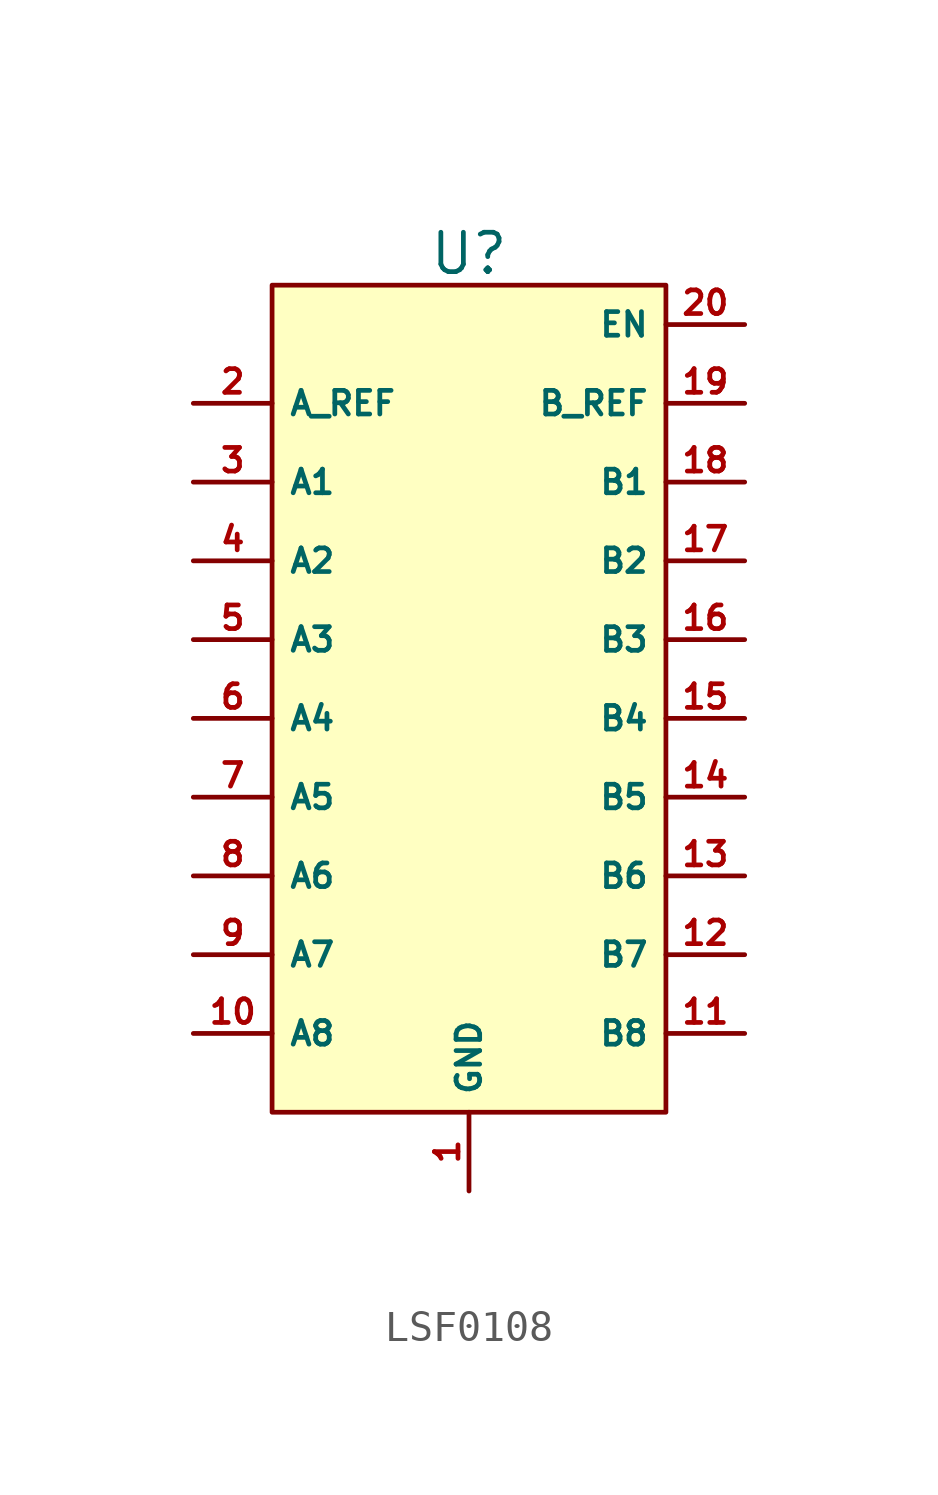
<source format=kicad_sym>
(kicad_symbol_lib
  (version 20231120)
  (generator "kicad_symbol_editor")
  (generator_version "8.0")
  (symbol "LSF0108"
    (property "Reference" "U"
      (at 6.35 1.016 0)
      (effects (font (size 1.27 1.27))))
    (property "Value" ""
      (at 0 0 0)
      (effects (font (size 1.27 1.27))))
    (symbol "LSF0108_1_1"
      (rectangle (start 0 0) (end 12.7 -26.67) (stroke (width 0) (type default)) (fill (type background)))
      (pin input line (at 6.35 -29.21 90) (length 2.54) (name "GND" (effects (font (size 0.762 0.762)))) (number "1" (effects (font (size 0.762 0.762)))))
      (pin bidirectional line (at -2.54 -24.13 0) (length 2.54) (name "A8" (effects (font (size 0.762 0.762)))) (number "10" (effects (font (size 0.762 0.762)))))
      (pin bidirectional line (at 15.24 -24.13 180) (length 2.54) (name "B8" (effects (font (size 0.762 0.762)))) (number "11" (effects (font (size 0.762 0.762)))))
      (pin bidirectional line (at 15.24 -21.59 180) (length 2.54) (name "B7" (effects (font (size 0.762 0.762)))) (number "12" (effects (font (size 0.762 0.762)))))
      (pin bidirectional line (at 15.24 -19.05 180) (length 2.54) (name "B6" (effects (font (size 0.762 0.762)))) (number "13" (effects (font (size 0.762 0.762)))))
      (pin bidirectional line (at 15.24 -16.51 180) (length 2.54) (name "B5" (effects (font (size 0.762 0.762)))) (number "14" (effects (font (size 0.762 0.762)))))
      (pin bidirectional line (at 15.24 -13.97 180) (length 2.54) (name "B4" (effects (font (size 0.762 0.762)))) (number "15" (effects (font (size 0.762 0.762)))))
      (pin bidirectional line (at 15.24 -11.43 180) (length 2.54) (name "B3" (effects (font (size 0.762 0.762)))) (number "16" (effects (font (size 0.762 0.762)))))
      (pin bidirectional line (at 15.24 -8.89 180) (length 2.54) (name "B2" (effects (font (size 0.762 0.762)))) (number "17" (effects (font (size 0.762 0.762)))))
      (pin bidirectional line (at 15.24 -6.35 180) (length 2.54) (name "B1" (effects (font (size 0.762 0.762)))) (number "18" (effects (font (size 0.762 0.762)))))
      (pin input line (at 15.24 -3.81 180) (length 2.54) (name "B_REF" (effects (font (size 0.762 0.762)))) (number "19" (effects (font (size 0.762 0.762)))))
      (pin input line (at -2.54 -3.81 0) (length 2.54) (name "A_REF" (effects (font (size 0.762 0.762)))) (number "2" (effects (font (size 0.762 0.762)))))
      (pin input line (at 15.24 -1.27 180) (length 2.54) (name "EN" (effects (font (size 0.762 0.762)))) (number "20" (effects (font (size 0.762 0.762)))))
      (pin bidirectional line (at -2.54 -6.35 0) (length 2.54) (name "A1" (effects (font (size 0.762 0.762)))) (number "3" (effects (font (size 0.762 0.762)))))
      (pin bidirectional line (at -2.54 -8.89 0) (length 2.54) (name "A2" (effects (font (size 0.762 0.762)))) (number "4" (effects (font (size 0.762 0.762)))))
      (pin bidirectional line (at -2.54 -11.43 0) (length 2.54) (name "A3" (effects (font (size 0.762 0.762)))) (number "5" (effects (font (size 0.762 0.762)))))
      (pin bidirectional line (at -2.54 -13.97 0) (length 2.54) (name "A4" (effects (font (size 0.762 0.762)))) (number "6" (effects (font (size 0.762 0.762)))))
      (pin bidirectional line (at -2.54 -16.51 0) (length 2.54) (name "A5" (effects (font (size 0.762 0.762)))) (number "7" (effects (font (size 0.762 0.762)))))
      (pin bidirectional line (at -2.54 -19.05 0) (length 2.54) (name "A6" (effects (font (size 0.762 0.762)))) (number "8" (effects (font (size 0.762 0.762)))))
      (pin bidirectional line (at -2.54 -21.59 0) (length 2.54) (name "A7" (effects (font (size 0.762 0.762)))) (number "9" (effects (font (size 0.762 0.762))))))))
</source>
